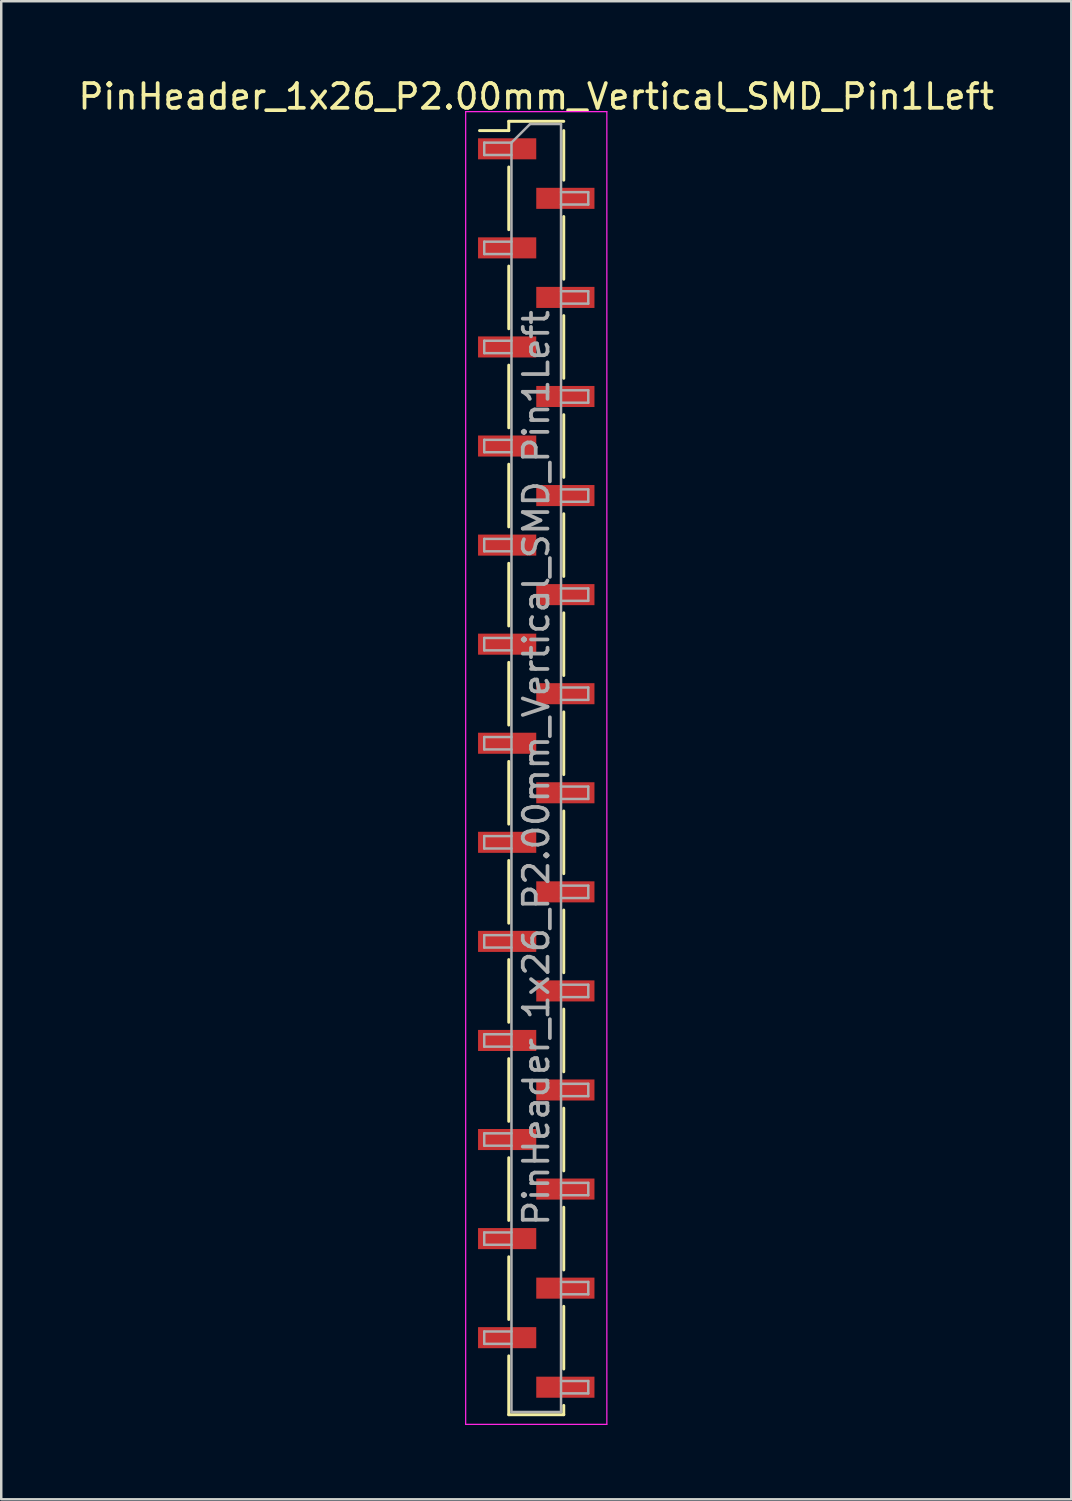
<source format=kicad_pcb>
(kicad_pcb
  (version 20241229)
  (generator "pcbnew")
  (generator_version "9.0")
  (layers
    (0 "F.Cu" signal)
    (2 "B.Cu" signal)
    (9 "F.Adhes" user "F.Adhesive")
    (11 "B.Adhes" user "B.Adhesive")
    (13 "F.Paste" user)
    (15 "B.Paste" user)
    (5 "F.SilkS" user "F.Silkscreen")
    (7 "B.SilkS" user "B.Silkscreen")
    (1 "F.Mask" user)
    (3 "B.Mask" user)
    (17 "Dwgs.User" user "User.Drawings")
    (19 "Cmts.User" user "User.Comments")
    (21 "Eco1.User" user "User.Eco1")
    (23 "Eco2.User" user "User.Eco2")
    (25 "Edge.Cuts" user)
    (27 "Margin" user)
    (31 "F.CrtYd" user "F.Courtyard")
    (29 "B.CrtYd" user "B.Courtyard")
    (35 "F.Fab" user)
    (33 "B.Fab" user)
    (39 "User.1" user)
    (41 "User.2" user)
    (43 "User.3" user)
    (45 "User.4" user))
  (footprint "PinHeader_1x26_P2.00mm_Vertical_SMD_Pin1Left"
    (layer "F.Cu")
    (at 18.601 27.958)
    (property "Reference" "PinHeader_1x26_P2.00mm_Vertical_SMD_Pin1Left" (at 0 -27.11 0) (layer "F.SilkS") (effects (font (size 1 1) (thickness 0.15))))
    (attr smd)
    (fp_line (start -1.11 -26.11) (end -1.11 -25.735) (stroke (width 0.12) (type solid)) (layer "F.SilkS"))
    (fp_line (start -1.11 -26.11) (end 1.11 -26.11) (stroke (width 0.12) (type solid)) (layer "F.SilkS"))
    (fp_line (start -1.11 -25.735) (end -2.29 -25.735) (stroke (width 0.12) (type solid)) (layer "F.SilkS"))
    (fp_line (start -1.11 -24.265) (end -1.11 -21.735) (stroke (width 0.12) (type solid)) (layer "F.SilkS"))
    (fp_line (start -1.11 -20.265) (end -1.11 -17.735) (stroke (width 0.12) (type solid)) (layer "F.SilkS"))
    (fp_line (start -1.11 -16.265) (end -1.11 -13.735) (stroke (width 0.12) (type solid)) (layer "F.SilkS"))
    (fp_line (start -1.11 -12.265) (end -1.11 -9.735) (stroke (width 0.12) (type solid)) (layer "F.SilkS"))
    (fp_line (start -1.11 -8.265) (end -1.11 -5.735) (stroke (width 0.12) (type solid)) (layer "F.SilkS"))
    (fp_line (start -1.11 -4.265) (end -1.11 -1.735) (stroke (width 0.12) (type solid)) (layer "F.SilkS"))
    (fp_line (start -1.11 -0.265) (end -1.11 2.265) (stroke (width 0.12) (type solid)) (layer "F.SilkS"))
    (fp_line (start -1.11 3.735) (end -1.11 6.265) (stroke (width 0.12) (type solid)) (layer "F.SilkS"))
    (fp_line (start -1.11 7.735) (end -1.11 10.265) (stroke (width 0.12) (type solid)) (layer "F.SilkS"))
    (fp_line (start -1.11 11.735) (end -1.11 14.265) (stroke (width 0.12) (type solid)) (layer "F.SilkS"))
    (fp_line (start -1.11 15.735) (end -1.11 18.265) (stroke (width 0.12) (type solid)) (layer "F.SilkS"))
    (fp_line (start -1.11 19.735) (end -1.11 22.265) (stroke (width 0.12) (type solid)) (layer "F.SilkS"))
    (fp_line (start -1.11 23.735) (end -1.11 26.11) (stroke (width 0.12) (type solid)) (layer "F.SilkS"))
    (fp_line (start -1.11 26.11) (end 1.11 26.11) (stroke (width 0.12) (type solid)) (layer "F.SilkS"))
    (fp_line (start 1.11 -25.735) (end 1.11 -23.735) (stroke (width 0.12) (type solid)) (layer "F.SilkS"))
    (fp_line (start 1.11 -22.265) (end 1.11 -19.735) (stroke (width 0.12) (type solid)) (layer "F.SilkS"))
    (fp_line (start 1.11 -18.265) (end 1.11 -15.735) (stroke (width 0.12) (type solid)) (layer "F.SilkS"))
    (fp_line (start 1.11 -14.265) (end 1.11 -11.735) (stroke (width 0.12) (type solid)) (layer "F.SilkS"))
    (fp_line (start 1.11 -10.265) (end 1.11 -7.735) (stroke (width 0.12) (type solid)) (layer "F.SilkS"))
    (fp_line (start 1.11 -6.265) (end 1.11 -3.735) (stroke (width 0.12) (type solid)) (layer "F.SilkS"))
    (fp_line (start 1.11 -2.265) (end 1.11 0.265) (stroke (width 0.12) (type solid)) (layer "F.SilkS"))
    (fp_line (start 1.11 1.735) (end 1.11 4.265) (stroke (width 0.12) (type solid)) (layer "F.SilkS"))
    (fp_line (start 1.11 5.735) (end 1.11 8.265) (stroke (width 0.12) (type solid)) (layer "F.SilkS"))
    (fp_line (start 1.11 9.735) (end 1.11 12.265) (stroke (width 0.12) (type solid)) (layer "F.SilkS"))
    (fp_line (start 1.11 13.735) (end 1.11 16.265) (stroke (width 0.12) (type solid)) (layer "F.SilkS"))
    (fp_line (start 1.11 17.735) (end 1.11 20.265) (stroke (width 0.12) (type solid)) (layer "F.SilkS"))
    (fp_line (start 1.11 21.735) (end 1.11 24.265) (stroke (width 0.12) (type solid)) (layer "F.SilkS"))
    (fp_line (start 1.11 25.735) (end 1.11 26.11) (stroke (width 0.12) (type solid)) (layer "F.SilkS"))
    (fp_line (start -2.85 -26.5) (end -2.85 26.5) (stroke (width 0.05) (type solid)) (layer "F.CrtYd"))
    (fp_line (start -2.85 26.5) (end 2.85 26.5) (stroke (width 0.05) (type solid)) (layer "F.CrtYd"))
    (fp_line (start 2.85 -26.5) (end -2.85 -26.5) (stroke (width 0.05) (type solid)) (layer "F.CrtYd"))
    (fp_line (start 2.85 26.5) (end 2.85 -26.5) (stroke (width 0.05) (type solid)) (layer "F.CrtYd"))
    (fp_line (start -2.1 -25.25) (end -2.1 -24.75) (stroke (width 0.1) (type solid)) (layer "F.Fab"))
    (fp_line (start -2.1 -24.75) (end -1 -24.75) (stroke (width 0.1) (type solid)) (layer "F.Fab"))
    (fp_line (start -2.1 -21.25) (end -2.1 -20.75) (stroke (width 0.1) (type solid)) (layer "F.Fab"))
    (fp_line (start -2.1 -20.75) (end -1 -20.75) (stroke (width 0.1) (type solid)) (layer "F.Fab"))
    (fp_line (start -2.1 -17.25) (end -2.1 -16.75) (stroke (width 0.1) (type solid)) (layer "F.Fab"))
    (fp_line (start -2.1 -16.75) (end -1 -16.75) (stroke (width 0.1) (type solid)) (layer "F.Fab"))
    (fp_line (start -2.1 -13.25) (end -2.1 -12.75) (stroke (width 0.1) (type solid)) (layer "F.Fab"))
    (fp_line (start -2.1 -12.75) (end -1 -12.75) (stroke (width 0.1) (type solid)) (layer "F.Fab"))
    (fp_line (start -2.1 -9.25) (end -2.1 -8.75) (stroke (width 0.1) (type solid)) (layer "F.Fab"))
    (fp_line (start -2.1 -8.75) (end -1 -8.75) (stroke (width 0.1) (type solid)) (layer "F.Fab"))
    (fp_line (start -2.1 -5.25) (end -2.1 -4.75) (stroke (width 0.1) (type solid)) (layer "F.Fab"))
    (fp_line (start -2.1 -4.75) (end -1 -4.75) (stroke (width 0.1) (type solid)) (layer "F.Fab"))
    (fp_line (start -2.1 -1.25) (end -2.1 -0.75) (stroke (width 0.1) (type solid)) (layer "F.Fab"))
    (fp_line (start -2.1 -0.75) (end -1 -0.75) (stroke (width 0.1) (type solid)) (layer "F.Fab"))
    (fp_line (start -2.1 2.75) (end -2.1 3.25) (stroke (width 0.1) (type solid)) (layer "F.Fab"))
    (fp_line (start -2.1 3.25) (end -1 3.25) (stroke (width 0.1) (type solid)) (layer "F.Fab"))
    (fp_line (start -2.1 6.75) (end -2.1 7.25) (stroke (width 0.1) (type solid)) (layer "F.Fab"))
    (fp_line (start -2.1 7.25) (end -1 7.25) (stroke (width 0.1) (type solid)) (layer "F.Fab"))
    (fp_line (start -2.1 10.75) (end -2.1 11.25) (stroke (width 0.1) (type solid)) (layer "F.Fab"))
    (fp_line (start -2.1 11.25) (end -1 11.25) (stroke (width 0.1) (type solid)) (layer "F.Fab"))
    (fp_line (start -2.1 14.75) (end -2.1 15.25) (stroke (width 0.1) (type solid)) (layer "F.Fab"))
    (fp_line (start -2.1 15.25) (end -1 15.25) (stroke (width 0.1) (type solid)) (layer "F.Fab"))
    (fp_line (start -2.1 18.75) (end -2.1 19.25) (stroke (width 0.1) (type solid)) (layer "F.Fab"))
    (fp_line (start -2.1 19.25) (end -1 19.25) (stroke (width 0.1) (type solid)) (layer "F.Fab"))
    (fp_line (start -2.1 22.75) (end -2.1 23.25) (stroke (width 0.1) (type solid)) (layer "F.Fab"))
    (fp_line (start -2.1 23.25) (end -1 23.25) (stroke (width 0.1) (type solid)) (layer "F.Fab"))
    (fp_line (start -1 -25.25) (end -2.1 -25.25) (stroke (width 0.1) (type solid)) (layer "F.Fab"))
    (fp_line (start -1 -25.25) (end -0.25 -26) (stroke (width 0.1) (type solid)) (layer "F.Fab"))
    (fp_line (start -1 -21.25) (end -2.1 -21.25) (stroke (width 0.1) (type solid)) (layer "F.Fab"))
    (fp_line (start -1 -17.25) (end -2.1 -17.25) (stroke (width 0.1) (type solid)) (layer "F.Fab"))
    (fp_line (start -1 -13.25) (end -2.1 -13.25) (stroke (width 0.1) (type solid)) (layer "F.Fab"))
    (fp_line (start -1 -9.25) (end -2.1 -9.25) (stroke (width 0.1) (type solid)) (layer "F.Fab"))
    (fp_line (start -1 -5.25) (end -2.1 -5.25) (stroke (width 0.1) (type solid)) (layer "F.Fab"))
    (fp_line (start -1 -1.25) (end -2.1 -1.25) (stroke (width 0.1) (type solid)) (layer "F.Fab"))
    (fp_line (start -1 2.75) (end -2.1 2.75) (stroke (width 0.1) (type solid)) (layer "F.Fab"))
    (fp_line (start -1 6.75) (end -2.1 6.75) (stroke (width 0.1) (type solid)) (layer "F.Fab"))
    (fp_line (start -1 10.75) (end -2.1 10.75) (stroke (width 0.1) (type solid)) (layer "F.Fab"))
    (fp_line (start -1 14.75) (end -2.1 14.75) (stroke (width 0.1) (type solid)) (layer "F.Fab"))
    (fp_line (start -1 18.75) (end -2.1 18.75) (stroke (width 0.1) (type solid)) (layer "F.Fab"))
    (fp_line (start -1 22.75) (end -2.1 22.75) (stroke (width 0.1) (type solid)) (layer "F.Fab"))
    (fp_line (start -1 26) (end -1 -25.25) (stroke (width 0.1) (type solid)) (layer "F.Fab"))
    (fp_line (start -0.25 -26) (end 1 -26) (stroke (width 0.1) (type solid)) (layer "F.Fab"))
    (fp_line (start 1 -26) (end 1 26) (stroke (width 0.1) (type solid)) (layer "F.Fab"))
    (fp_line (start 1 -23.25) (end 2.1 -23.25) (stroke (width 0.1) (type solid)) (layer "F.Fab"))
    (fp_line (start 1 -19.25) (end 2.1 -19.25) (stroke (width 0.1) (type solid)) (layer "F.Fab"))
    (fp_line (start 1 -15.25) (end 2.1 -15.25) (stroke (width 0.1) (type solid)) (layer "F.Fab"))
    (fp_line (start 1 -11.25) (end 2.1 -11.25) (stroke (width 0.1) (type solid)) (layer "F.Fab"))
    (fp_line (start 1 -7.25) (end 2.1 -7.25) (stroke (width 0.1) (type solid)) (layer "F.Fab"))
    (fp_line (start 1 -3.25) (end 2.1 -3.25) (stroke (width 0.1) (type solid)) (layer "F.Fab"))
    (fp_line (start 1 0.75) (end 2.1 0.75) (stroke (width 0.1) (type solid)) (layer "F.Fab"))
    (fp_line (start 1 4.75) (end 2.1 4.75) (stroke (width 0.1) (type solid)) (layer "F.Fab"))
    (fp_line (start 1 8.75) (end 2.1 8.75) (stroke (width 0.1) (type solid)) (layer "F.Fab"))
    (fp_line (start 1 12.75) (end 2.1 12.75) (stroke (width 0.1) (type solid)) (layer "F.Fab"))
    (fp_line (start 1 16.75) (end 2.1 16.75) (stroke (width 0.1) (type solid)) (layer "F.Fab"))
    (fp_line (start 1 20.75) (end 2.1 20.75) (stroke (width 0.1) (type solid)) (layer "F.Fab"))
    (fp_line (start 1 24.75) (end 2.1 24.75) (stroke (width 0.1) (type solid)) (layer "F.Fab"))
    (fp_line (start 1 26) (end -1 26) (stroke (width 0.1) (type solid)) (layer "F.Fab"))
    (fp_line (start 2.1 -23.25) (end 2.1 -22.75) (stroke (width 0.1) (type solid)) (layer "F.Fab"))
    (fp_line (start 2.1 -22.75) (end 1 -22.75) (stroke (width 0.1) (type solid)) (layer "F.Fab"))
    (fp_line (start 2.1 -19.25) (end 2.1 -18.75) (stroke (width 0.1) (type solid)) (layer "F.Fab"))
    (fp_line (start 2.1 -18.75) (end 1 -18.75) (stroke (width 0.1) (type solid)) (layer "F.Fab"))
    (fp_line (start 2.1 -15.25) (end 2.1 -14.75) (stroke (width 0.1) (type solid)) (layer "F.Fab"))
    (fp_line (start 2.1 -14.75) (end 1 -14.75) (stroke (width 0.1) (type solid)) (layer "F.Fab"))
    (fp_line (start 2.1 -11.25) (end 2.1 -10.75) (stroke (width 0.1) (type solid)) (layer "F.Fab"))
    (fp_line (start 2.1 -10.75) (end 1 -10.75) (stroke (width 0.1) (type solid)) (layer "F.Fab"))
    (fp_line (start 2.1 -7.25) (end 2.1 -6.75) (stroke (width 0.1) (type solid)) (layer "F.Fab"))
    (fp_line (start 2.1 -6.75) (end 1 -6.75) (stroke (width 0.1) (type solid)) (layer "F.Fab"))
    (fp_line (start 2.1 -3.25) (end 2.1 -2.75) (stroke (width 0.1) (type solid)) (layer "F.Fab"))
    (fp_line (start 2.1 -2.75) (end 1 -2.75) (stroke (width 0.1) (type solid)) (layer "F.Fab"))
    (fp_line (start 2.1 0.75) (end 2.1 1.25) (stroke (width 0.1) (type solid)) (layer "F.Fab"))
    (fp_line (start 2.1 1.25) (end 1 1.25) (stroke (width 0.1) (type solid)) (layer "F.Fab"))
    (fp_line (start 2.1 4.75) (end 2.1 5.25) (stroke (width 0.1) (type solid)) (layer "F.Fab"))
    (fp_line (start 2.1 5.25) (end 1 5.25) (stroke (width 0.1) (type solid)) (layer "F.Fab"))
    (fp_line (start 2.1 8.75) (end 2.1 9.25) (stroke (width 0.1) (type solid)) (layer "F.Fab"))
    (fp_line (start 2.1 9.25) (end 1 9.25) (stroke (width 0.1) (type solid)) (layer "F.Fab"))
    (fp_line (start 2.1 12.75) (end 2.1 13.25) (stroke (width 0.1) (type solid)) (layer "F.Fab"))
    (fp_line (start 2.1 13.25) (end 1 13.25) (stroke (width 0.1) (type solid)) (layer "F.Fab"))
    (fp_line (start 2.1 16.75) (end 2.1 17.25) (stroke (width 0.1) (type solid)) (layer "F.Fab"))
    (fp_line (start 2.1 17.25) (end 1 17.25) (stroke (width 0.1) (type solid)) (layer "F.Fab"))
    (fp_line (start 2.1 20.75) (end 2.1 21.25) (stroke (width 0.1) (type solid)) (layer "F.Fab"))
    (fp_line (start 2.1 21.25) (end 1 21.25) (stroke (width 0.1) (type solid)) (layer "F.Fab"))
    (fp_line (start 2.1 24.75) (end 2.1 25.25) (stroke (width 0.1) (type solid)) (layer "F.Fab"))
    (fp_line (start 2.1 25.25) (end 1 25.25) (stroke (width 0.1) (type solid)) (layer "F.Fab"))
    (fp_text user "${REFERENCE}" (at 0 0 90) (layer "F.Fab") (effects (font (size 1 1) (thickness 0.15))))
    (pad "1" smd rect (at -1.175 -25) (size 2.35 0.85) (layers "F.Cu" "F.Mask" "F.Paste"))
    (pad "2" smd rect (at 1.175 -23) (size 2.35 0.85) (layers "F.Cu" "F.Mask" "F.Paste"))
    (pad "3" smd rect (at -1.175 -21) (size 2.35 0.85) (layers "F.Cu" "F.Mask" "F.Paste"))
    (pad "4" smd rect (at 1.175 -19) (size 2.35 0.85) (layers "F.Cu" "F.Mask" "F.Paste"))
    (pad "5" smd rect (at -1.175 -17) (size 2.35 0.85) (layers "F.Cu" "F.Mask" "F.Paste"))
    (pad "6" smd rect (at 1.175 -15) (size 2.35 0.85) (layers "F.Cu" "F.Mask" "F.Paste"))
    (pad "7" smd rect (at -1.175 -13) (size 2.35 0.85) (layers "F.Cu" "F.Mask" "F.Paste"))
    (pad "8" smd rect (at 1.175 -11) (size 2.35 0.85) (layers "F.Cu" "F.Mask" "F.Paste"))
    (pad "9" smd rect (at -1.175 -9) (size 2.35 0.85) (layers "F.Cu" "F.Mask" "F.Paste"))
    (pad "10" smd rect (at 1.175 -7) (size 2.35 0.85) (layers "F.Cu" "F.Mask" "F.Paste"))
    (pad "11" smd rect (at -1.175 -5) (size 2.35 0.85) (layers "F.Cu" "F.Mask" "F.Paste"))
    (pad "12" smd rect (at 1.175 -3) (size 2.35 0.85) (layers "F.Cu" "F.Mask" "F.Paste"))
    (pad "13" smd rect (at -1.175 -1) (size 2.35 0.85) (layers "F.Cu" "F.Mask" "F.Paste"))
    (pad "14" smd rect (at 1.175 1) (size 2.35 0.85) (layers "F.Cu" "F.Mask" "F.Paste"))
    (pad "15" smd rect (at -1.175 3) (size 2.35 0.85) (layers "F.Cu" "F.Mask" "F.Paste"))
    (pad "16" smd rect (at 1.175 5) (size 2.35 0.85) (layers "F.Cu" "F.Mask" "F.Paste"))
    (pad "17" smd rect (at -1.175 7) (size 2.35 0.85) (layers "F.Cu" "F.Mask" "F.Paste"))
    (pad "18" smd rect (at 1.175 9) (size 2.35 0.85) (layers "F.Cu" "F.Mask" "F.Paste"))
    (pad "19" smd rect (at -1.175 11) (size 2.35 0.85) (layers "F.Cu" "F.Mask" "F.Paste"))
    (pad "20" smd rect (at 1.175 13) (size 2.35 0.85) (layers "F.Cu" "F.Mask" "F.Paste"))
    (pad "21" smd rect (at -1.175 15) (size 2.35 0.85) (layers "F.Cu" "F.Mask" "F.Paste"))
    (pad "22" smd rect (at 1.175 17) (size 2.35 0.85) (layers "F.Cu" "F.Mask" "F.Paste"))
    (pad "23" smd rect (at -1.175 19) (size 2.35 0.85) (layers "F.Cu" "F.Mask" "F.Paste"))
    (pad "24" smd rect (at 1.175 21) (size 2.35 0.85) (layers "F.Cu" "F.Mask" "F.Paste"))
    (pad "25" smd rect (at -1.175 23) (size 2.35 0.85) (layers "F.Cu" "F.Mask" "F.Paste"))
    (pad "26" smd rect (at 1.175 25) (size 2.35 0.85) (layers "F.Cu" "F.Mask" "F.Paste")))
  (gr_rect
    (start -3 -3)
    (end 40.202 57.483)
    (stroke (width 0.1) (type default))
    (fill no)
    (layer "Edge.Cuts")))
</source>
